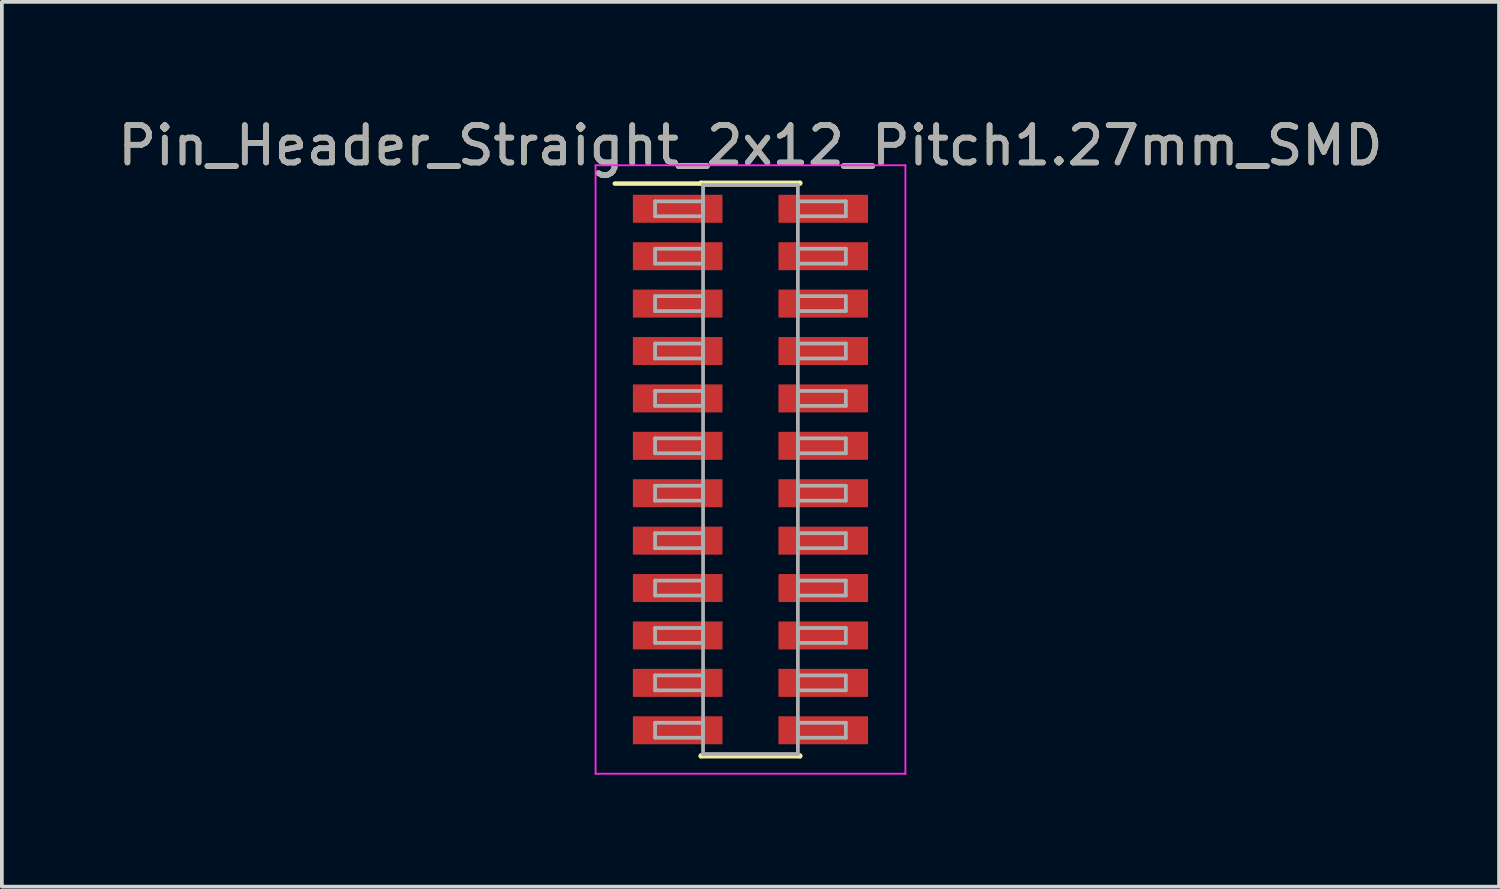
<source format=kicad_pcb>
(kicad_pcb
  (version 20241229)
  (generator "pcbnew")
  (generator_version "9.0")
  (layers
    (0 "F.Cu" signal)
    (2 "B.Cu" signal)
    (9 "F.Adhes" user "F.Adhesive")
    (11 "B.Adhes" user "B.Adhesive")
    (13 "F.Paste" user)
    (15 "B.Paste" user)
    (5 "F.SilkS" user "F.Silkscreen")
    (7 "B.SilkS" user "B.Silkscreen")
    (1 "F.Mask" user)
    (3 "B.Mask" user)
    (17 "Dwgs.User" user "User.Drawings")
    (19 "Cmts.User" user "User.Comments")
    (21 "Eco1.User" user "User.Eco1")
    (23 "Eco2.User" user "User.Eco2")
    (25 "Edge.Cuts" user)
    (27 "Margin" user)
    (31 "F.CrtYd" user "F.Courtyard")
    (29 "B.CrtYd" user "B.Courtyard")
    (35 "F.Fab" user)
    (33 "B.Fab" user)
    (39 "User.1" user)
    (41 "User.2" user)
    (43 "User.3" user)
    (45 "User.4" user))
  (footprint "Pin_Header_Straight_2x12_Pitch1.27mm_SMD"
    (layer "F.Cu")
    (at 17.054 9.528)
    (property "Reference" "Pin_Header_Straight_2x12_Pitch1.27mm_SMD" (at 0 -8.68 0) (layer "F.SilkS") (effects (font (size 1 1) (thickness 0.15))))
    (attr smd)
    (fp_line (start -3.635 -7.66) (end -1.33 -7.66) (stroke (width 0.12) (type solid)) (layer "F.SilkS"))
    (fp_line (start -1.33 -7.68) (end 1.33 -7.68) (stroke (width 0.12) (type solid)) (layer "F.SilkS"))
    (fp_line (start -1.33 -7.66) (end -1.33 -7.68) (stroke (width 0.12) (type solid)) (layer "F.SilkS"))
    (fp_line (start -1.33 7.66) (end -1.33 7.68) (stroke (width 0.12) (type solid)) (layer "F.SilkS"))
    (fp_line (start -1.33 7.68) (end 1.33 7.68) (stroke (width 0.12) (type solid)) (layer "F.SilkS"))
    (fp_line (start 1.33 -7.68) (end 1.33 -7.66) (stroke (width 0.12) (type solid)) (layer "F.SilkS"))
    (fp_line (start 1.33 7.68) (end 1.33 7.66) (stroke (width 0.12) (type solid)) (layer "F.SilkS"))
    (fp_line (start -4.15 -8.15) (end -4.15 8.15) (stroke (width 0.05) (type solid)) (layer "F.CrtYd"))
    (fp_line (start -4.15 8.15) (end 4.15 8.15) (stroke (width 0.05) (type solid)) (layer "F.CrtYd"))
    (fp_line (start 4.15 -8.15) (end -4.15 -8.15) (stroke (width 0.05) (type solid)) (layer "F.CrtYd"))
    (fp_line (start 4.15 8.15) (end 4.15 -8.15) (stroke (width 0.05) (type solid)) (layer "F.CrtYd"))
    (fp_line (start -2.555 -7.185) (end -1.27 -7.185) (stroke (width 0.1) (type solid)) (layer "F.Fab"))
    (fp_line (start -2.555 -6.785) (end -2.555 -7.185) (stroke (width 0.1) (type solid)) (layer "F.Fab"))
    (fp_line (start -2.555 -5.915) (end -1.27 -5.915) (stroke (width 0.1) (type solid)) (layer "F.Fab"))
    (fp_line (start -2.555 -5.515) (end -2.555 -5.915) (stroke (width 0.1) (type solid)) (layer "F.Fab"))
    (fp_line (start -2.555 -4.645) (end -1.27 -4.645) (stroke (width 0.1) (type solid)) (layer "F.Fab"))
    (fp_line (start -2.555 -4.245) (end -2.555 -4.645) (stroke (width 0.1) (type solid)) (layer "F.Fab"))
    (fp_line (start -2.555 -3.375) (end -1.27 -3.375) (stroke (width 0.1) (type solid)) (layer "F.Fab"))
    (fp_line (start -2.555 -2.975) (end -2.555 -3.375) (stroke (width 0.1) (type solid)) (layer "F.Fab"))
    (fp_line (start -2.555 -2.105) (end -1.27 -2.105) (stroke (width 0.1) (type solid)) (layer "F.Fab"))
    (fp_line (start -2.555 -1.705) (end -2.555 -2.105) (stroke (width 0.1) (type solid)) (layer "F.Fab"))
    (fp_line (start -2.555 -0.835) (end -1.27 -0.835) (stroke (width 0.1) (type solid)) (layer "F.Fab"))
    (fp_line (start -2.555 -0.435) (end -2.555 -0.835) (stroke (width 0.1) (type solid)) (layer "F.Fab"))
    (fp_line (start -2.555 0.435) (end -1.27 0.435) (stroke (width 0.1) (type solid)) (layer "F.Fab"))
    (fp_line (start -2.555 0.835) (end -2.555 0.435) (stroke (width 0.1) (type solid)) (layer "F.Fab"))
    (fp_line (start -2.555 1.705) (end -1.27 1.705) (stroke (width 0.1) (type solid)) (layer "F.Fab"))
    (fp_line (start -2.555 2.105) (end -2.555 1.705) (stroke (width 0.1) (type solid)) (layer "F.Fab"))
    (fp_line (start -2.555 2.975) (end -1.27 2.975) (stroke (width 0.1) (type solid)) (layer "F.Fab"))
    (fp_line (start -2.555 3.375) (end -2.555 2.975) (stroke (width 0.1) (type solid)) (layer "F.Fab"))
    (fp_line (start -2.555 4.245) (end -1.27 4.245) (stroke (width 0.1) (type solid)) (layer "F.Fab"))
    (fp_line (start -2.555 4.645) (end -2.555 4.245) (stroke (width 0.1) (type solid)) (layer "F.Fab"))
    (fp_line (start -2.555 5.515) (end -1.27 5.515) (stroke (width 0.1) (type solid)) (layer "F.Fab"))
    (fp_line (start -2.555 5.915) (end -2.555 5.515) (stroke (width 0.1) (type solid)) (layer "F.Fab"))
    (fp_line (start -2.555 6.785) (end -1.27 6.785) (stroke (width 0.1) (type solid)) (layer "F.Fab"))
    (fp_line (start -2.555 7.185) (end -2.555 6.785) (stroke (width 0.1) (type solid)) (layer "F.Fab"))
    (fp_line (start -1.27 -7.62) (end -1.27 7.62) (stroke (width 0.1) (type solid)) (layer "F.Fab"))
    (fp_line (start -1.27 -7.185) (end -1.27 -6.785) (stroke (width 0.1) (type solid)) (layer "F.Fab"))
    (fp_line (start -1.27 -6.785) (end -2.555 -6.785) (stroke (width 0.1) (type solid)) (layer "F.Fab"))
    (fp_line (start -1.27 -5.915) (end -1.27 -5.515) (stroke (width 0.1) (type solid)) (layer "F.Fab"))
    (fp_line (start -1.27 -5.515) (end -2.555 -5.515) (stroke (width 0.1) (type solid)) (layer "F.Fab"))
    (fp_line (start -1.27 -4.645) (end -1.27 -4.245) (stroke (width 0.1) (type solid)) (layer "F.Fab"))
    (fp_line (start -1.27 -4.245) (end -2.555 -4.245) (stroke (width 0.1) (type solid)) (layer "F.Fab"))
    (fp_line (start -1.27 -3.375) (end -1.27 -2.975) (stroke (width 0.1) (type solid)) (layer "F.Fab"))
    (fp_line (start -1.27 -2.975) (end -2.555 -2.975) (stroke (width 0.1) (type solid)) (layer "F.Fab"))
    (fp_line (start -1.27 -2.105) (end -1.27 -1.705) (stroke (width 0.1) (type solid)) (layer "F.Fab"))
    (fp_line (start -1.27 -1.705) (end -2.555 -1.705) (stroke (width 0.1) (type solid)) (layer "F.Fab"))
    (fp_line (start -1.27 -0.835) (end -1.27 -0.435) (stroke (width 0.1) (type solid)) (layer "F.Fab"))
    (fp_line (start -1.27 -0.435) (end -2.555 -0.435) (stroke (width 0.1) (type solid)) (layer "F.Fab"))
    (fp_line (start -1.27 0.435) (end -1.27 0.835) (stroke (width 0.1) (type solid)) (layer "F.Fab"))
    (fp_line (start -1.27 0.835) (end -2.555 0.835) (stroke (width 0.1) (type solid)) (layer "F.Fab"))
    (fp_line (start -1.27 1.705) (end -1.27 2.105) (stroke (width 0.1) (type solid)) (layer "F.Fab"))
    (fp_line (start -1.27 2.105) (end -2.555 2.105) (stroke (width 0.1) (type solid)) (layer "F.Fab"))
    (fp_line (start -1.27 2.975) (end -1.27 3.375) (stroke (width 0.1) (type solid)) (layer "F.Fab"))
    (fp_line (start -1.27 3.375) (end -2.555 3.375) (stroke (width 0.1) (type solid)) (layer "F.Fab"))
    (fp_line (start -1.27 4.245) (end -1.27 4.645) (stroke (width 0.1) (type solid)) (layer "F.Fab"))
    (fp_line (start -1.27 4.645) (end -2.555 4.645) (stroke (width 0.1) (type solid)) (layer "F.Fab"))
    (fp_line (start -1.27 5.515) (end -1.27 5.915) (stroke (width 0.1) (type solid)) (layer "F.Fab"))
    (fp_line (start -1.27 5.915) (end -2.555 5.915) (stroke (width 0.1) (type solid)) (layer "F.Fab"))
    (fp_line (start -1.27 6.785) (end -1.27 7.185) (stroke (width 0.1) (type solid)) (layer "F.Fab"))
    (fp_line (start -1.27 7.185) (end -2.555 7.185) (stroke (width 0.1) (type solid)) (layer "F.Fab"))
    (fp_line (start -1.27 7.62) (end 1.27 7.62) (stroke (width 0.1) (type solid)) (layer "F.Fab"))
    (fp_line (start 1.27 -7.62) (end -1.27 -7.62) (stroke (width 0.1) (type solid)) (layer "F.Fab"))
    (fp_line (start 1.27 -7.185) (end 1.27 -6.785) (stroke (width 0.1) (type solid)) (layer "F.Fab"))
    (fp_line (start 1.27 -6.785) (end 2.555 -6.785) (stroke (width 0.1) (type solid)) (layer "F.Fab"))
    (fp_line (start 1.27 -5.915) (end 1.27 -5.515) (stroke (width 0.1) (type solid)) (layer "F.Fab"))
    (fp_line (start 1.27 -5.515) (end 2.555 -5.515) (stroke (width 0.1) (type solid)) (layer "F.Fab"))
    (fp_line (start 1.27 -4.645) (end 1.27 -4.245) (stroke (width 0.1) (type solid)) (layer "F.Fab"))
    (fp_line (start 1.27 -4.245) (end 2.555 -4.245) (stroke (width 0.1) (type solid)) (layer "F.Fab"))
    (fp_line (start 1.27 -3.375) (end 1.27 -2.975) (stroke (width 0.1) (type solid)) (layer "F.Fab"))
    (fp_line (start 1.27 -2.975) (end 2.555 -2.975) (stroke (width 0.1) (type solid)) (layer "F.Fab"))
    (fp_line (start 1.27 -2.105) (end 1.27 -1.705) (stroke (width 0.1) (type solid)) (layer "F.Fab"))
    (fp_line (start 1.27 -1.705) (end 2.555 -1.705) (stroke (width 0.1) (type solid)) (layer "F.Fab"))
    (fp_line (start 1.27 -0.835) (end 1.27 -0.435) (stroke (width 0.1) (type solid)) (layer "F.Fab"))
    (fp_line (start 1.27 -0.435) (end 2.555 -0.435) (stroke (width 0.1) (type solid)) (layer "F.Fab"))
    (fp_line (start 1.27 0.435) (end 1.27 0.835) (stroke (width 0.1) (type solid)) (layer "F.Fab"))
    (fp_line (start 1.27 0.835) (end 2.555 0.835) (stroke (width 0.1) (type solid)) (layer "F.Fab"))
    (fp_line (start 1.27 1.705) (end 1.27 2.105) (stroke (width 0.1) (type solid)) (layer "F.Fab"))
    (fp_line (start 1.27 2.105) (end 2.555 2.105) (stroke (width 0.1) (type solid)) (layer "F.Fab"))
    (fp_line (start 1.27 2.975) (end 1.27 3.375) (stroke (width 0.1) (type solid)) (layer "F.Fab"))
    (fp_line (start 1.27 3.375) (end 2.555 3.375) (stroke (width 0.1) (type solid)) (layer "F.Fab"))
    (fp_line (start 1.27 4.245) (end 1.27 4.645) (stroke (width 0.1) (type solid)) (layer "F.Fab"))
    (fp_line (start 1.27 4.645) (end 2.555 4.645) (stroke (width 0.1) (type solid)) (layer "F.Fab"))
    (fp_line (start 1.27 5.515) (end 1.27 5.915) (stroke (width 0.1) (type solid)) (layer "F.Fab"))
    (fp_line (start 1.27 5.915) (end 2.555 5.915) (stroke (width 0.1) (type solid)) (layer "F.Fab"))
    (fp_line (start 1.27 6.785) (end 1.27 7.185) (stroke (width 0.1) (type solid)) (layer "F.Fab"))
    (fp_line (start 1.27 7.185) (end 2.555 7.185) (stroke (width 0.1) (type solid)) (layer "F.Fab"))
    (fp_line (start 1.27 7.62) (end 1.27 -7.62) (stroke (width 0.1) (type solid)) (layer "F.Fab"))
    (fp_line (start 2.555 -7.185) (end 1.27 -7.185) (stroke (width 0.1) (type solid)) (layer "F.Fab"))
    (fp_line (start 2.555 -6.785) (end 2.555 -7.185) (stroke (width 0.1) (type solid)) (layer "F.Fab"))
    (fp_line (start 2.555 -5.915) (end 1.27 -5.915) (stroke (width 0.1) (type solid)) (layer "F.Fab"))
    (fp_line (start 2.555 -5.515) (end 2.555 -5.915) (stroke (width 0.1) (type solid)) (layer "F.Fab"))
    (fp_line (start 2.555 -4.645) (end 1.27 -4.645) (stroke (width 0.1) (type solid)) (layer "F.Fab"))
    (fp_line (start 2.555 -4.245) (end 2.555 -4.645) (stroke (width 0.1) (type solid)) (layer "F.Fab"))
    (fp_line (start 2.555 -3.375) (end 1.27 -3.375) (stroke (width 0.1) (type solid)) (layer "F.Fab"))
    (fp_line (start 2.555 -2.975) (end 2.555 -3.375) (stroke (width 0.1) (type solid)) (layer "F.Fab"))
    (fp_line (start 2.555 -2.105) (end 1.27 -2.105) (stroke (width 0.1) (type solid)) (layer "F.Fab"))
    (fp_line (start 2.555 -1.705) (end 2.555 -2.105) (stroke (width 0.1) (type solid)) (layer "F.Fab"))
    (fp_line (start 2.555 -0.835) (end 1.27 -0.835) (stroke (width 0.1) (type solid)) (layer "F.Fab"))
    (fp_line (start 2.555 -0.435) (end 2.555 -0.835) (stroke (width 0.1) (type solid)) (layer "F.Fab"))
    (fp_line (start 2.555 0.435) (end 1.27 0.435) (stroke (width 0.1) (type solid)) (layer "F.Fab"))
    (fp_line (start 2.555 0.835) (end 2.555 0.435) (stroke (width 0.1) (type solid)) (layer "F.Fab"))
    (fp_line (start 2.555 1.705) (end 1.27 1.705) (stroke (width 0.1) (type solid)) (layer "F.Fab"))
    (fp_line (start 2.555 2.105) (end 2.555 1.705) (stroke (width 0.1) (type solid)) (layer "F.Fab"))
    (fp_line (start 2.555 2.975) (end 1.27 2.975) (stroke (width 0.1) (type solid)) (layer "F.Fab"))
    (fp_line (start 2.555 3.375) (end 2.555 2.975) (stroke (width 0.1) (type solid)) (layer "F.Fab"))
    (fp_line (start 2.555 4.245) (end 1.27 4.245) (stroke (width 0.1) (type solid)) (layer "F.Fab"))
    (fp_line (start 2.555 4.645) (end 2.555 4.245) (stroke (width 0.1) (type solid)) (layer "F.Fab"))
    (fp_line (start 2.555 5.515) (end 1.27 5.515) (stroke (width 0.1) (type solid)) (layer "F.Fab"))
    (fp_line (start 2.555 5.915) (end 2.555 5.515) (stroke (width 0.1) (type solid)) (layer "F.Fab"))
    (fp_line (start 2.555 6.785) (end 1.27 6.785) (stroke (width 0.1) (type solid)) (layer "F.Fab"))
    (fp_line (start 2.555 7.185) (end 2.555 6.785) (stroke (width 0.1) (type solid)) (layer "F.Fab"))
    (fp_text user "${REFERENCE}" (at 0 -8.68 0) (layer "F.Fab") (effects (font (size 1 1) (thickness 0.15))))
    (pad "1" smd rect (at -1.95 -6.985) (size 2.4 0.75) (layers "F.Cu" "F.Mask" "F.Paste"))
    (pad "2" smd rect (at 1.95 -6.985) (size 2.4 0.75) (layers "F.Cu" "F.Mask" "F.Paste"))
    (pad "3" smd rect (at -1.95 -5.715) (size 2.4 0.75) (layers "F.Cu" "F.Mask" "F.Paste"))
    (pad "4" smd rect (at 1.95 -5.715) (size 2.4 0.75) (layers "F.Cu" "F.Mask" "F.Paste"))
    (pad "5" smd rect (at -1.95 -4.445) (size 2.4 0.75) (layers "F.Cu" "F.Mask" "F.Paste"))
    (pad "6" smd rect (at 1.95 -4.445) (size 2.4 0.75) (layers "F.Cu" "F.Mask" "F.Paste"))
    (pad "7" smd rect (at -1.95 -3.175) (size 2.4 0.75) (layers "F.Cu" "F.Mask" "F.Paste"))
    (pad "8" smd rect (at 1.95 -3.175) (size 2.4 0.75) (layers "F.Cu" "F.Mask" "F.Paste"))
    (pad "9" smd rect (at -1.95 -1.905) (size 2.4 0.75) (layers "F.Cu" "F.Mask" "F.Paste"))
    (pad "10" smd rect (at 1.95 -1.905) (size 2.4 0.75) (layers "F.Cu" "F.Mask" "F.Paste"))
    (pad "11" smd rect (at -1.95 -0.635) (size 2.4 0.75) (layers "F.Cu" "F.Mask" "F.Paste"))
    (pad "12" smd rect (at 1.95 -0.635) (size 2.4 0.75) (layers "F.Cu" "F.Mask" "F.Paste"))
    (pad "13" smd rect (at -1.95 0.635) (size 2.4 0.75) (layers "F.Cu" "F.Mask" "F.Paste"))
    (pad "14" smd rect (at 1.95 0.635) (size 2.4 0.75) (layers "F.Cu" "F.Mask" "F.Paste"))
    (pad "15" smd rect (at -1.95 1.905) (size 2.4 0.75) (layers "F.Cu" "F.Mask" "F.Paste"))
    (pad "16" smd rect (at 1.95 1.905) (size 2.4 0.75) (layers "F.Cu" "F.Mask" "F.Paste"))
    (pad "17" smd rect (at -1.95 3.175) (size 2.4 0.75) (layers "F.Cu" "F.Mask" "F.Paste"))
    (pad "18" smd rect (at 1.95 3.175) (size 2.4 0.75) (layers "F.Cu" "F.Mask" "F.Paste"))
    (pad "19" smd rect (at -1.95 4.445) (size 2.4 0.75) (layers "F.Cu" "F.Mask" "F.Paste"))
    (pad "20" smd rect (at 1.95 4.445) (size 2.4 0.75) (layers "F.Cu" "F.Mask" "F.Paste"))
    (pad "21" smd rect (at -1.95 5.715) (size 2.4 0.75) (layers "F.Cu" "F.Mask" "F.Paste"))
    (pad "22" smd rect (at 1.95 5.715) (size 2.4 0.75) (layers "F.Cu" "F.Mask" "F.Paste"))
    (pad "23" smd rect (at -1.95 6.985) (size 2.4 0.75) (layers "F.Cu" "F.Mask" "F.Paste"))
    (pad "24" smd rect (at 1.95 6.985) (size 2.4 0.75) (layers "F.Cu" "F.Mask" "F.Paste")))
  (gr_rect
    (start -3 -3)
    (end 37.107 20.703)
    (stroke (width 0.1) (type default))
    (fill no)
    (layer "Edge.Cuts")))
</source>
